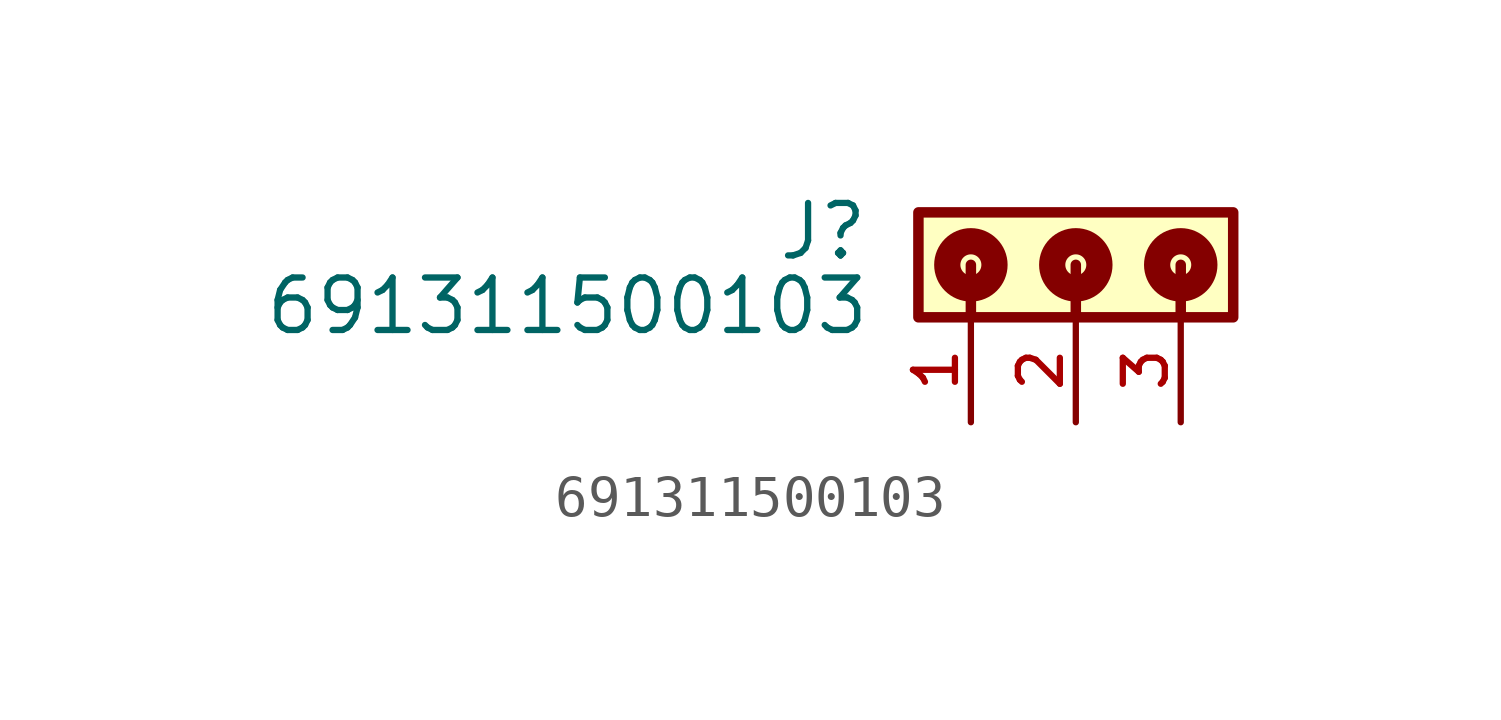
<source format=kicad_sym>
(kicad_symbol_lib
  (version 20211014)
  (generator kicad_symbol_editor)
  (symbol "691311500103"
    (pin_names
      (offset 1.016))
    (property "Reference" "J"
      (at -4.99 -1.205 0)
      (effects (font (size 1.27 1.27)) (justify bottom right)))
    (property "Value" "691311500103"
      (at -4.95 -3.01 0)
      (effects (font (size 1.27 1.27)) (justify bottom right)))
    (symbol "691311500103_0_0"
      (polyline (pts (xy -2.54 -1.27) (xy -2.54 -2.54)) (stroke (width 0.254)))
      (polyline (pts (xy 0.0 -1.27) (xy 0.0 -2.54)) (stroke (width 0.254)))
      (polyline (pts (xy 2.54 -1.27) (xy 2.54 -2.54)) (stroke (width 0.254)))
      (circle (center -2.54 -1.27) (radius 0.254) (stroke (width 0.635)) (fill (type none)))
      (circle (center 0.0 -1.27) (radius 0.254) (stroke (width 0.635)) (fill (type none)))
      (circle (center 2.54 -1.27) (radius 0.254) (stroke (width 0.635)) (fill (type none)))
      (rectangle (start -3.81 -2.54) (end 3.81 0.0) (stroke (width 0.254)) (fill (type background)))
      (pin passive line (at -2.54 -5.08 90.0) (length 2.54) (name "~" (effects (font (size 1.016 1.016)))) (number "1" (effects (font (size 1.016 1.016)))))
      (pin passive line (at 0.0 -5.08 90.0) (length 2.54) (name "~" (effects (font (size 1.016 1.016)))) (number "2" (effects (font (size 1.016 1.016)))))
      (pin passive line (at 2.54 -5.08 90.0) (length 2.54) (name "~" (effects (font (size 1.016 1.016)))) (number "3" (effects (font (size 1.016 1.016))))))))
</source>
